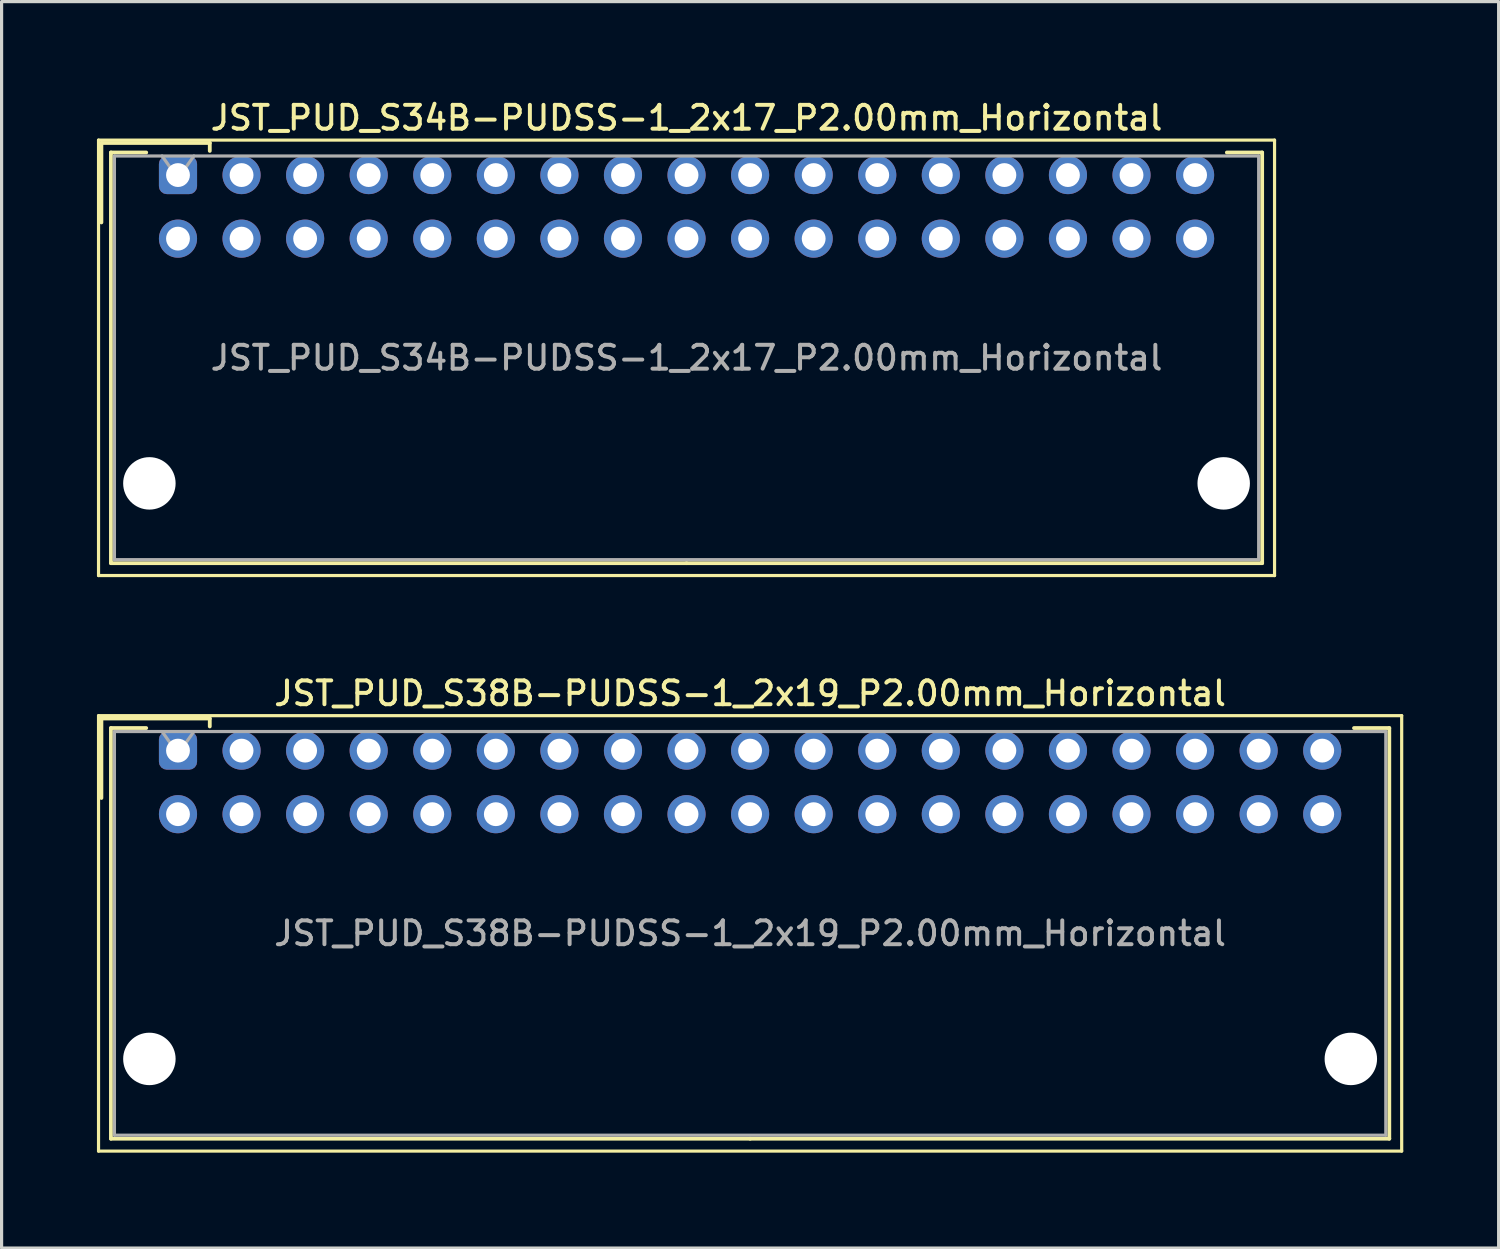
<source format=kicad_pcb>
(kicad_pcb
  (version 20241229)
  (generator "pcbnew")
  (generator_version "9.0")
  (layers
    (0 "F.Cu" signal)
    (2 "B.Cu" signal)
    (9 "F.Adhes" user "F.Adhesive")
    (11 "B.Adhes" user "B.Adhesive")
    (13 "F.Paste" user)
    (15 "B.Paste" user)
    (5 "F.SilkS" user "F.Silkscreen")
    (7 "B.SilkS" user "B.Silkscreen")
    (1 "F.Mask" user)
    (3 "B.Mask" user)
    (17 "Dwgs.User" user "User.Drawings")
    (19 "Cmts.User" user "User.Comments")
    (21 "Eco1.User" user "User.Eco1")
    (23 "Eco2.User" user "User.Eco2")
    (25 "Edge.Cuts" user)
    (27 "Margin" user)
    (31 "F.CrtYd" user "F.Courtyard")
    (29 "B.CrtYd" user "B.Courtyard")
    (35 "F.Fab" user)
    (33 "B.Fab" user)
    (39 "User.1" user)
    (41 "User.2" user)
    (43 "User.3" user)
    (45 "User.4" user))
  (footprint "JST_PUD_S34B-PUDSS-1_2x17_P2.00mm_Horizontal"
    (layer "F.Cu")
    (at 2.55 2.458)
    (property "Reference" "JST_PUD_S34B-PUDSS-1_2x17_P2.00mm_Horizontal" (at 16 -1.8 0) (layer "F.SilkS") (effects (font (size 0.75 0.75) (thickness 0.125))))
    (attr through_hole)
    (fp_line (start -2.5 -1.1) (end -2.5 12.6) (stroke (width 0.1) (type solid)) (layer "F.SilkS"))
    (fp_line (start -2.5 12.6) (end 34.5 12.6) (stroke (width 0.1) (type solid)) (layer "F.SilkS"))
    (fp_line (start -2.41 -1.01) (end -2.41 1.49) (stroke (width 0.12) (type solid)) (layer "F.SilkS"))
    (fp_line (start -2.11 -0.71) (end -2.11 12.21) (stroke (width 0.12) (type solid)) (layer "F.SilkS"))
    (fp_line (start -2.11 12.21) (end 16 12.21) (stroke (width 0.12) (type solid)) (layer "F.SilkS"))
    (fp_line (start -1 -0.71) (end -2.11 -0.71) (stroke (width 0.12) (type solid)) (layer "F.SilkS"))
    (fp_line (start 1 -1.01) (end -2.41 -1.01) (stroke (width 0.12) (type solid)) (layer "F.SilkS"))
    (fp_line (start 1 -0.76) (end 1 -1.01) (stroke (width 0.12) (type solid)) (layer "F.SilkS"))
    (fp_line (start 33 -0.71) (end 34.11 -0.71) (stroke (width 0.12) (type solid)) (layer "F.SilkS"))
    (fp_line (start 34.11 -0.71) (end 34.11 12.21) (stroke (width 0.12) (type solid)) (layer "F.SilkS"))
    (fp_line (start 34.11 12.21) (end 16 12.21) (stroke (width 0.12) (type solid)) (layer "F.SilkS"))
    (fp_line (start 34.5 -1.1) (end -2.5 -1.1) (stroke (width 0.1) (type solid)) (layer "F.SilkS"))
    (fp_line (start 34.5 12.6) (end 34.5 -1.1) (stroke (width 0.1) (type solid)) (layer "F.SilkS"))
    (fp_line (start -2 -0.6) (end -2 12.1) (stroke (width 0.1) (type solid)) (layer "F.Fab"))
    (fp_line (start -2 12.1) (end 34 12.1) (stroke (width 0.1) (type solid)) (layer "F.Fab"))
    (fp_line (start 0 0.107) (end -0.5 -0.6) (stroke (width 0.1) (type solid)) (layer "F.Fab"))
    (fp_line (start 0.5 -0.6) (end 0 0.107) (stroke (width 0.1) (type solid)) (layer "F.Fab"))
    (fp_line (start 34 -0.6) (end -2 -0.6) (stroke (width 0.1) (type solid)) (layer "F.Fab"))
    (fp_line (start 34 12.1) (end 34 -0.6) (stroke (width 0.1) (type solid)) (layer "F.Fab"))
    (fp_text user "${REFERENCE}" (at 16 5.75 0) (layer "F.Fab") (effects (font (size 0.75 0.75) (thickness 0.125))))
    (pad "" np_thru_hole circle (at -0.9 9.7) (size 1.65 1.65) (drill 1.65) (layers "*.Cu" "*.Mask"))
    (pad "" np_thru_hole circle (at 32.9 9.7) (size 1.65 1.65) (drill 1.65) (layers "*.Cu" "*.Mask"))
    (pad "1" thru_hole roundrect (at 0 0) (size 1.2 1.2) (drill 0.75) (layers "*.Cu" "*.Mask") (roundrect_rratio 0.208))
    (pad "2" thru_hole circle (at 0 2) (size 1.2 1.2) (drill 0.75) (layers "*.Cu" "*.Mask"))
    (pad "3" thru_hole circle (at 2 0) (size 1.2 1.2) (drill 0.75) (layers "*.Cu" "*.Mask"))
    (pad "4" thru_hole circle (at 2 2) (size 1.2 1.2) (drill 0.75) (layers "*.Cu" "*.Mask"))
    (pad "5" thru_hole circle (at 4 0) (size 1.2 1.2) (drill 0.75) (layers "*.Cu" "*.Mask"))
    (pad "6" thru_hole circle (at 4 2) (size 1.2 1.2) (drill 0.75) (layers "*.Cu" "*.Mask"))
    (pad "7" thru_hole circle (at 6 0) (size 1.2 1.2) (drill 0.75) (layers "*.Cu" "*.Mask"))
    (pad "8" thru_hole circle (at 6 2) (size 1.2 1.2) (drill 0.75) (layers "*.Cu" "*.Mask"))
    (pad "9" thru_hole circle (at 8 0) (size 1.2 1.2) (drill 0.75) (layers "*.Cu" "*.Mask"))
    (pad "10" thru_hole circle (at 8 2) (size 1.2 1.2) (drill 0.75) (layers "*.Cu" "*.Mask"))
    (pad "11" thru_hole circle (at 10 0) (size 1.2 1.2) (drill 0.75) (layers "*.Cu" "*.Mask"))
    (pad "12" thru_hole circle (at 10 2) (size 1.2 1.2) (drill 0.75) (layers "*.Cu" "*.Mask"))
    (pad "13" thru_hole circle (at 12 0) (size 1.2 1.2) (drill 0.75) (layers "*.Cu" "*.Mask"))
    (pad "14" thru_hole circle (at 12 2) (size 1.2 1.2) (drill 0.75) (layers "*.Cu" "*.Mask"))
    (pad "15" thru_hole circle (at 14 0) (size 1.2 1.2) (drill 0.75) (layers "*.Cu" "*.Mask"))
    (pad "16" thru_hole circle (at 14 2) (size 1.2 1.2) (drill 0.75) (layers "*.Cu" "*.Mask"))
    (pad "17" thru_hole circle (at 16 0) (size 1.2 1.2) (drill 0.75) (layers "*.Cu" "*.Mask"))
    (pad "18" thru_hole circle (at 16 2) (size 1.2 1.2) (drill 0.75) (layers "*.Cu" "*.Mask"))
    (pad "19" thru_hole circle (at 18 0) (size 1.2 1.2) (drill 0.75) (layers "*.Cu" "*.Mask"))
    (pad "20" thru_hole circle (at 18 2) (size 1.2 1.2) (drill 0.75) (layers "*.Cu" "*.Mask"))
    (pad "21" thru_hole circle (at 20 0) (size 1.2 1.2) (drill 0.75) (layers "*.Cu" "*.Mask"))
    (pad "22" thru_hole circle (at 20 2) (size 1.2 1.2) (drill 0.75) (layers "*.Cu" "*.Mask"))
    (pad "23" thru_hole circle (at 22 0) (size 1.2 1.2) (drill 0.75) (layers "*.Cu" "*.Mask"))
    (pad "24" thru_hole circle (at 22 2) (size 1.2 1.2) (drill 0.75) (layers "*.Cu" "*.Mask"))
    (pad "25" thru_hole circle (at 24 0) (size 1.2 1.2) (drill 0.75) (layers "*.Cu" "*.Mask"))
    (pad "26" thru_hole circle (at 24 2) (size 1.2 1.2) (drill 0.75) (layers "*.Cu" "*.Mask"))
    (pad "27" thru_hole circle (at 26 0) (size 1.2 1.2) (drill 0.75) (layers "*.Cu" "*.Mask"))
    (pad "28" thru_hole circle (at 26 2) (size 1.2 1.2) (drill 0.75) (layers "*.Cu" "*.Mask"))
    (pad "29" thru_hole circle (at 28 0) (size 1.2 1.2) (drill 0.75) (layers "*.Cu" "*.Mask"))
    (pad "30" thru_hole circle (at 28 2) (size 1.2 1.2) (drill 0.75) (layers "*.Cu" "*.Mask"))
    (pad "31" thru_hole circle (at 30 0) (size 1.2 1.2) (drill 0.75) (layers "*.Cu" "*.Mask"))
    (pad "32" thru_hole circle (at 30 2) (size 1.2 1.2) (drill 0.75) (layers "*.Cu" "*.Mask"))
    (pad "33" thru_hole circle (at 32 0) (size 1.2 1.2) (drill 0.75) (layers "*.Cu" "*.Mask"))
    (pad "34" thru_hole circle (at 32 2) (size 1.2 1.2) (drill 0.75) (layers "*.Cu" "*.Mask")))
  (footprint "JST_PUD_S38B-PUDSS-1_2x19_P2.00mm_Horizontal"
    (layer "F.Cu")
    (at 2.55 20.566)
    (property "Reference" "JST_PUD_S38B-PUDSS-1_2x19_P2.00mm_Horizontal" (at 18 -1.8 0) (layer "F.SilkS") (effects (font (size 0.75 0.75) (thickness 0.125))))
    (attr through_hole)
    (fp_line (start -2.5 -1.1) (end -2.5 12.6) (stroke (width 0.1) (type solid)) (layer "F.SilkS"))
    (fp_line (start -2.5 12.6) (end 38.5 12.6) (stroke (width 0.1) (type solid)) (layer "F.SilkS"))
    (fp_line (start -2.41 -1.01) (end -2.41 1.49) (stroke (width 0.12) (type solid)) (layer "F.SilkS"))
    (fp_line (start -2.11 -0.71) (end -2.11 12.21) (stroke (width 0.12) (type solid)) (layer "F.SilkS"))
    (fp_line (start -2.11 12.21) (end 18 12.21) (stroke (width 0.12) (type solid)) (layer "F.SilkS"))
    (fp_line (start -1 -0.71) (end -2.11 -0.71) (stroke (width 0.12) (type solid)) (layer "F.SilkS"))
    (fp_line (start 1 -1.01) (end -2.41 -1.01) (stroke (width 0.12) (type solid)) (layer "F.SilkS"))
    (fp_line (start 1 -0.76) (end 1 -1.01) (stroke (width 0.12) (type solid)) (layer "F.SilkS"))
    (fp_line (start 37 -0.71) (end 38.11 -0.71) (stroke (width 0.12) (type solid)) (layer "F.SilkS"))
    (fp_line (start 38.11 -0.71) (end 38.11 12.21) (stroke (width 0.12) (type solid)) (layer "F.SilkS"))
    (fp_line (start 38.11 12.21) (end 18 12.21) (stroke (width 0.12) (type solid)) (layer "F.SilkS"))
    (fp_line (start 38.5 -1.1) (end -2.5 -1.1) (stroke (width 0.1) (type solid)) (layer "F.SilkS"))
    (fp_line (start 38.5 12.6) (end 38.5 -1.1) (stroke (width 0.1) (type solid)) (layer "F.SilkS"))
    (fp_line (start -2 -0.6) (end -2 12.1) (stroke (width 0.1) (type solid)) (layer "F.Fab"))
    (fp_line (start -2 12.1) (end 38 12.1) (stroke (width 0.1) (type solid)) (layer "F.Fab"))
    (fp_line (start 0 0.107) (end -0.5 -0.6) (stroke (width 0.1) (type solid)) (layer "F.Fab"))
    (fp_line (start 0.5 -0.6) (end 0 0.107) (stroke (width 0.1) (type solid)) (layer "F.Fab"))
    (fp_line (start 38 -0.6) (end -2 -0.6) (stroke (width 0.1) (type solid)) (layer "F.Fab"))
    (fp_line (start 38 12.1) (end 38 -0.6) (stroke (width 0.1) (type solid)) (layer "F.Fab"))
    (fp_text user "${REFERENCE}" (at 18 5.75 0) (layer "F.Fab") (effects (font (size 0.75 0.75) (thickness 0.125))))
    (pad "" np_thru_hole circle (at -0.9 9.7) (size 1.65 1.65) (drill 1.65) (layers "*.Cu" "*.Mask"))
    (pad "" np_thru_hole circle (at 36.9 9.7) (size 1.65 1.65) (drill 1.65) (layers "*.Cu" "*.Mask"))
    (pad "1" thru_hole roundrect (at 0 0) (size 1.2 1.2) (drill 0.75) (layers "*.Cu" "*.Mask") (roundrect_rratio 0.208))
    (pad "2" thru_hole circle (at 0 2) (size 1.2 1.2) (drill 0.75) (layers "*.Cu" "*.Mask"))
    (pad "3" thru_hole circle (at 2 0) (size 1.2 1.2) (drill 0.75) (layers "*.Cu" "*.Mask"))
    (pad "4" thru_hole circle (at 2 2) (size 1.2 1.2) (drill 0.75) (layers "*.Cu" "*.Mask"))
    (pad "5" thru_hole circle (at 4 0) (size 1.2 1.2) (drill 0.75) (layers "*.Cu" "*.Mask"))
    (pad "6" thru_hole circle (at 4 2) (size 1.2 1.2) (drill 0.75) (layers "*.Cu" "*.Mask"))
    (pad "7" thru_hole circle (at 6 0) (size 1.2 1.2) (drill 0.75) (layers "*.Cu" "*.Mask"))
    (pad "8" thru_hole circle (at 6 2) (size 1.2 1.2) (drill 0.75) (layers "*.Cu" "*.Mask"))
    (pad "9" thru_hole circle (at 8 0) (size 1.2 1.2) (drill 0.75) (layers "*.Cu" "*.Mask"))
    (pad "10" thru_hole circle (at 8 2) (size 1.2 1.2) (drill 0.75) (layers "*.Cu" "*.Mask"))
    (pad "11" thru_hole circle (at 10 0) (size 1.2 1.2) (drill 0.75) (layers "*.Cu" "*.Mask"))
    (pad "12" thru_hole circle (at 10 2) (size 1.2 1.2) (drill 0.75) (layers "*.Cu" "*.Mask"))
    (pad "13" thru_hole circle (at 12 0) (size 1.2 1.2) (drill 0.75) (layers "*.Cu" "*.Mask"))
    (pad "14" thru_hole circle (at 12 2) (size 1.2 1.2) (drill 0.75) (layers "*.Cu" "*.Mask"))
    (pad "15" thru_hole circle (at 14 0) (size 1.2 1.2) (drill 0.75) (layers "*.Cu" "*.Mask"))
    (pad "16" thru_hole circle (at 14 2) (size 1.2 1.2) (drill 0.75) (layers "*.Cu" "*.Mask"))
    (pad "17" thru_hole circle (at 16 0) (size 1.2 1.2) (drill 0.75) (layers "*.Cu" "*.Mask"))
    (pad "18" thru_hole circle (at 16 2) (size 1.2 1.2) (drill 0.75) (layers "*.Cu" "*.Mask"))
    (pad "19" thru_hole circle (at 18 0) (size 1.2 1.2) (drill 0.75) (layers "*.Cu" "*.Mask"))
    (pad "20" thru_hole circle (at 18 2) (size 1.2 1.2) (drill 0.75) (layers "*.Cu" "*.Mask"))
    (pad "21" thru_hole circle (at 20 0) (size 1.2 1.2) (drill 0.75) (layers "*.Cu" "*.Mask"))
    (pad "22" thru_hole circle (at 20 2) (size 1.2 1.2) (drill 0.75) (layers "*.Cu" "*.Mask"))
    (pad "23" thru_hole circle (at 22 0) (size 1.2 1.2) (drill 0.75) (layers "*.Cu" "*.Mask"))
    (pad "24" thru_hole circle (at 22 2) (size 1.2 1.2) (drill 0.75) (layers "*.Cu" "*.Mask"))
    (pad "25" thru_hole circle (at 24 0) (size 1.2 1.2) (drill 0.75) (layers "*.Cu" "*.Mask"))
    (pad "26" thru_hole circle (at 24 2) (size 1.2 1.2) (drill 0.75) (layers "*.Cu" "*.Mask"))
    (pad "27" thru_hole circle (at 26 0) (size 1.2 1.2) (drill 0.75) (layers "*.Cu" "*.Mask"))
    (pad "28" thru_hole circle (at 26 2) (size 1.2 1.2) (drill 0.75) (layers "*.Cu" "*.Mask"))
    (pad "29" thru_hole circle (at 28 0) (size 1.2 1.2) (drill 0.75) (layers "*.Cu" "*.Mask"))
    (pad "30" thru_hole circle (at 28 2) (size 1.2 1.2) (drill 0.75) (layers "*.Cu" "*.Mask"))
    (pad "31" thru_hole circle (at 30 0) (size 1.2 1.2) (drill 0.75) (layers "*.Cu" "*.Mask"))
    (pad "32" thru_hole circle (at 30 2) (size 1.2 1.2) (drill 0.75) (layers "*.Cu" "*.Mask"))
    (pad "33" thru_hole circle (at 32 0) (size 1.2 1.2) (drill 0.75) (layers "*.Cu" "*.Mask"))
    (pad "34" thru_hole circle (at 32 2) (size 1.2 1.2) (drill 0.75) (layers "*.Cu" "*.Mask"))
    (pad "35" thru_hole circle (at 34 0) (size 1.2 1.2) (drill 0.75) (layers "*.Cu" "*.Mask"))
    (pad "36" thru_hole circle (at 34 2) (size 1.2 1.2) (drill 0.75) (layers "*.Cu" "*.Mask"))
    (pad "37" thru_hole circle (at 36 0) (size 1.2 1.2) (drill 0.75) (layers "*.Cu" "*.Mask"))
    (pad "38" thru_hole circle (at 36 2) (size 1.2 1.2) (drill 0.75) (layers "*.Cu" "*.Mask")))
  (gr_rect
    (start -3 -3)
    (end 44.1 36.216)
    (stroke (width 0.1) (type default))
    (fill no)
    (layer "Edge.Cuts")))
</source>
